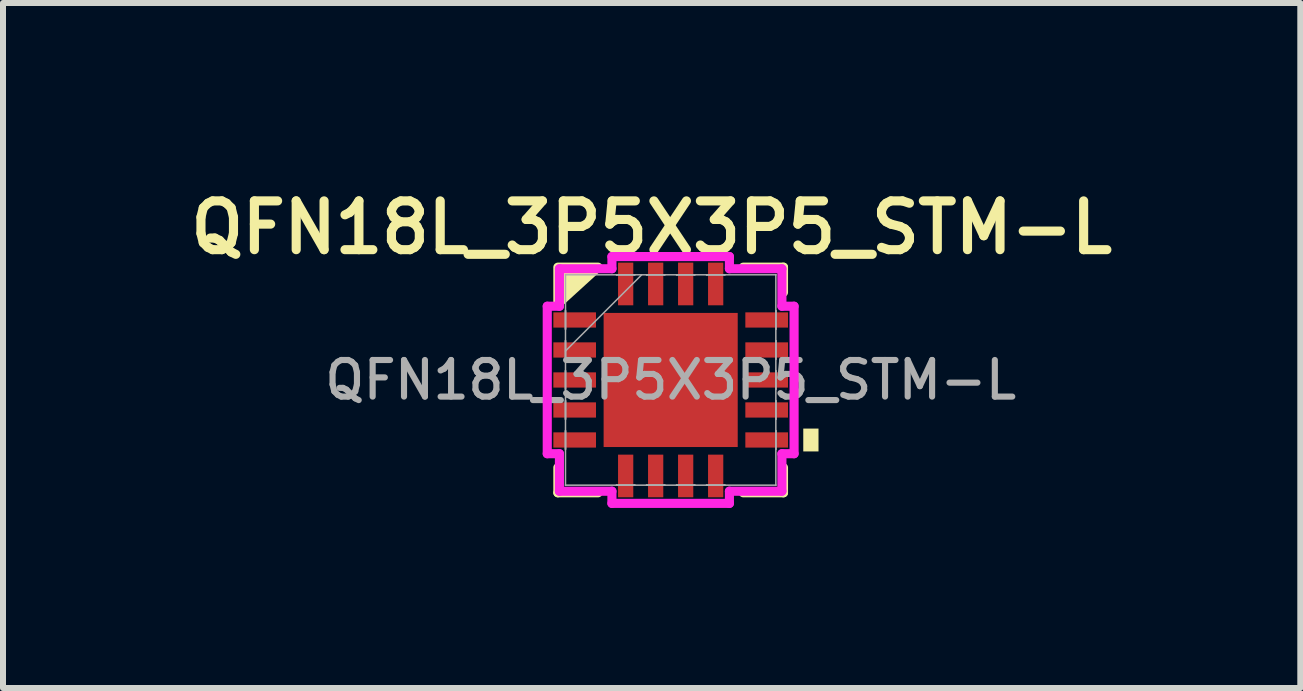
<source format=kicad_pcb>
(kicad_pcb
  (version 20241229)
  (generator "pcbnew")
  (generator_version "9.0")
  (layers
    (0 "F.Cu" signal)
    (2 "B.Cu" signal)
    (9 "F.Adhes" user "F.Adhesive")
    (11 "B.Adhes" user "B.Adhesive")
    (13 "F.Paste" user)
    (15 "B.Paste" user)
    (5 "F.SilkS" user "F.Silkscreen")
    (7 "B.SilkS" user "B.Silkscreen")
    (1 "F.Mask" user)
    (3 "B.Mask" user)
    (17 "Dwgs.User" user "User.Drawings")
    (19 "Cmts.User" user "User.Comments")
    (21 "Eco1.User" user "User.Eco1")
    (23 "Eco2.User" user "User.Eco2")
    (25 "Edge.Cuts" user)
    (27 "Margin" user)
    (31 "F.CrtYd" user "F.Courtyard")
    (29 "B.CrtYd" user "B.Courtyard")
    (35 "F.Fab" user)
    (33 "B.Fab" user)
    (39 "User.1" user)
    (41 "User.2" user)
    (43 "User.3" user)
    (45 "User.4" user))
  (footprint "QFN18L_3P5X3P5_STM-L"
    (layer "F.Cu")
    (at 8.128 3.283)
    (property "Reference" "QFN18L_3P5X3P5_STM-L" (at -0.318 -2.54 0) (unlocked yes) (layer "F.SilkS") (effects (font (size 0.813 0.813) (thickness 0.152) (bold yes))))
    (attr smd)
    (fp_line (start -1.88 1.46) (end -1.88 1.88) (stroke (width 0.152) (type solid)) (layer "F.SilkS"))
    (fp_line (start -1.88 1.88) (end -1.21 1.88) (stroke (width 0.152) (type solid)) (layer "F.SilkS"))
    (fp_line (start 1.21 1.88) (end 1.88 1.88) (stroke (width 0.152) (type solid)) (layer "F.SilkS"))
    (fp_line (start 1.88 -1.88) (end 1.21 -1.88) (stroke (width 0.152) (type solid)) (layer "F.SilkS"))
    (fp_line (start 1.88 -1.46) (end 1.88 -1.88) (stroke (width 0.152) (type solid)) (layer "F.SilkS"))
    (fp_line (start 1.88 1.88) (end 1.88 1.46) (stroke (width 0.152) (type solid)) (layer "F.SilkS"))
    (fp_poly (pts (xy -1.21 -1.88) (xy -1.88 -1.27) (xy -1.88 -1.88)) (stroke (width 0.152) (type solid)) (fill yes) (layer "F.SilkS"))
    (fp_poly (pts (xy 2.464 0.81) (xy 2.464 1.191) (xy 2.21 1.191) (xy 2.21 0.81)) (stroke (width 0) (type solid)) (fill yes) (layer "F.SilkS"))
    (fp_line (start -2.057 -1.229) (end -1.854 -1.229) (stroke (width 0.152) (type solid)) (layer "F.CrtYd"))
    (fp_line (start -2.057 1.229) (end -2.057 -1.229) (stroke (width 0.152) (type solid)) (layer "F.CrtYd"))
    (fp_line (start -1.854 -1.854) (end -0.979 -1.854) (stroke (width 0.152) (type solid)) (layer "F.CrtYd"))
    (fp_line (start -1.854 -1.229) (end -1.854 -1.854) (stroke (width 0.152) (type solid)) (layer "F.CrtYd"))
    (fp_line (start -1.854 1.229) (end -2.057 1.229) (stroke (width 0.152) (type solid)) (layer "F.CrtYd"))
    (fp_line (start -1.854 1.854) (end -1.854 1.229) (stroke (width 0.152) (type solid)) (layer "F.CrtYd"))
    (fp_line (start -0.979 -2.057) (end 0.979 -2.057) (stroke (width 0.152) (type solid)) (layer "F.CrtYd"))
    (fp_line (start -0.979 -1.854) (end -0.979 -2.057) (stroke (width 0.152) (type solid)) (layer "F.CrtYd"))
    (fp_line (start -0.979 1.854) (end -1.854 1.854) (stroke (width 0.152) (type solid)) (layer "F.CrtYd"))
    (fp_line (start -0.979 2.057) (end -0.979 1.854) (stroke (width 0.152) (type solid)) (layer "F.CrtYd"))
    (fp_line (start 0.979 -2.057) (end 0.979 -1.854) (stroke (width 0.152) (type solid)) (layer "F.CrtYd"))
    (fp_line (start 0.979 -1.854) (end 1.854 -1.854) (stroke (width 0.152) (type solid)) (layer "F.CrtYd"))
    (fp_line (start 0.979 1.854) (end 0.979 2.057) (stroke (width 0.152) (type solid)) (layer "F.CrtYd"))
    (fp_line (start 0.979 2.057) (end -0.979 2.057) (stroke (width 0.152) (type solid)) (layer "F.CrtYd"))
    (fp_line (start 1.854 -1.854) (end 1.854 -1.229) (stroke (width 0.152) (type solid)) (layer "F.CrtYd"))
    (fp_line (start 1.854 -1.229) (end 2.057 -1.229) (stroke (width 0.152) (type solid)) (layer "F.CrtYd"))
    (fp_line (start 1.854 1.229) (end 1.854 1.854) (stroke (width 0.152) (type solid)) (layer "F.CrtYd"))
    (fp_line (start 1.854 1.854) (end 0.979 1.854) (stroke (width 0.152) (type solid)) (layer "F.CrtYd"))
    (fp_line (start 2.057 -1.229) (end 2.057 1.229) (stroke (width 0.152) (type solid)) (layer "F.CrtYd"))
    (fp_line (start 2.057 1.229) (end 1.854 1.229) (stroke (width 0.152) (type solid)) (layer "F.CrtYd"))
    (fp_line (start -1.753 -1.753) (end -1.753 -1.753) (stroke (width 0.025) (type solid)) (layer "F.Fab"))
    (fp_line (start -1.753 -1.753) (end -1.753 1.753) (stroke (width 0.025) (type solid)) (layer "F.Fab"))
    (fp_line (start -1.753 -1.153) (end -1.753 -1.153) (stroke (width 0.025) (type solid)) (layer "F.Fab"))
    (fp_line (start -1.753 -1.153) (end -1.753 -0.848) (stroke (width 0.025) (type solid)) (layer "F.Fab"))
    (fp_line (start -1.753 -0.848) (end -1.753 -1.153) (stroke (width 0.025) (type solid)) (layer "F.Fab"))
    (fp_line (start -1.753 -0.848) (end -1.753 -0.848) (stroke (width 0.025) (type solid)) (layer "F.Fab"))
    (fp_line (start -1.753 -0.653) (end -1.753 -0.653) (stroke (width 0.025) (type solid)) (layer "F.Fab"))
    (fp_line (start -1.753 -0.653) (end -1.753 -0.348) (stroke (width 0.025) (type solid)) (layer "F.Fab"))
    (fp_line (start -1.753 -0.483) (end -0.483 -1.753) (stroke (width 0.025) (type solid)) (layer "F.Fab"))
    (fp_line (start -1.753 -0.348) (end -1.753 -0.653) (stroke (width 0.025) (type solid)) (layer "F.Fab"))
    (fp_line (start -1.753 -0.348) (end -1.753 -0.348) (stroke (width 0.025) (type solid)) (layer "F.Fab"))
    (fp_line (start -1.753 -0.152) (end -1.753 -0.152) (stroke (width 0.025) (type solid)) (layer "F.Fab"))
    (fp_line (start -1.753 -0.152) (end -1.753 0.152) (stroke (width 0.025) (type solid)) (layer "F.Fab"))
    (fp_line (start -1.753 0.152) (end -1.753 -0.152) (stroke (width 0.025) (type solid)) (layer "F.Fab"))
    (fp_line (start -1.753 0.152) (end -1.753 0.152) (stroke (width 0.025) (type solid)) (layer "F.Fab"))
    (fp_line (start -1.753 0.348) (end -1.753 0.348) (stroke (width 0.025) (type solid)) (layer "F.Fab"))
    (fp_line (start -1.753 0.348) (end -1.753 0.653) (stroke (width 0.025) (type solid)) (layer "F.Fab"))
    (fp_line (start -1.753 0.653) (end -1.753 0.348) (stroke (width 0.025) (type solid)) (layer "F.Fab"))
    (fp_line (start -1.753 0.653) (end -1.753 0.653) (stroke (width 0.025) (type solid)) (layer "F.Fab"))
    (fp_line (start -1.753 0.848) (end -1.753 0.848) (stroke (width 0.025) (type solid)) (layer "F.Fab"))
    (fp_line (start -1.753 0.848) (end -1.753 1.153) (stroke (width 0.025) (type solid)) (layer "F.Fab"))
    (fp_line (start -1.753 1.153) (end -1.753 0.848) (stroke (width 0.025) (type solid)) (layer "F.Fab"))
    (fp_line (start -1.753 1.153) (end -1.753 1.153) (stroke (width 0.025) (type solid)) (layer "F.Fab"))
    (fp_line (start -1.753 1.753) (end -1.753 1.753) (stroke (width 0.025) (type solid)) (layer "F.Fab"))
    (fp_line (start -1.753 1.753) (end 1.753 1.753) (stroke (width 0.025) (type solid)) (layer "F.Fab"))
    (fp_line (start -0.903 -1.753) (end -0.903 -1.753) (stroke (width 0.025) (type solid)) (layer "F.Fab"))
    (fp_line (start -0.903 -1.753) (end -0.598 -1.753) (stroke (width 0.025) (type solid)) (layer "F.Fab"))
    (fp_line (start -0.903 1.753) (end -0.903 1.753) (stroke (width 0.025) (type solid)) (layer "F.Fab"))
    (fp_line (start -0.903 1.753) (end -0.598 1.753) (stroke (width 0.025) (type solid)) (layer "F.Fab"))
    (fp_line (start -0.598 -1.753) (end -0.903 -1.753) (stroke (width 0.025) (type solid)) (layer "F.Fab"))
    (fp_line (start -0.598 -1.753) (end -0.598 -1.753) (stroke (width 0.025) (type solid)) (layer "F.Fab"))
    (fp_line (start -0.598 1.753) (end -0.903 1.753) (stroke (width 0.025) (type solid)) (layer "F.Fab"))
    (fp_line (start -0.598 1.753) (end -0.598 1.753) (stroke (width 0.025) (type solid)) (layer "F.Fab"))
    (fp_line (start -0.402 -1.753) (end -0.402 -1.753) (stroke (width 0.025) (type solid)) (layer "F.Fab"))
    (fp_line (start -0.402 -1.753) (end -0.098 -1.753) (stroke (width 0.025) (type solid)) (layer "F.Fab"))
    (fp_line (start -0.402 1.753) (end -0.402 1.753) (stroke (width 0.025) (type solid)) (layer "F.Fab"))
    (fp_line (start -0.402 1.753) (end -0.098 1.753) (stroke (width 0.025) (type solid)) (layer "F.Fab"))
    (fp_line (start -0.098 -1.753) (end -0.402 -1.753) (stroke (width 0.025) (type solid)) (layer "F.Fab"))
    (fp_line (start -0.098 -1.753) (end -0.098 -1.753) (stroke (width 0.025) (type solid)) (layer "F.Fab"))
    (fp_line (start -0.098 1.753) (end -0.402 1.753) (stroke (width 0.025) (type solid)) (layer "F.Fab"))
    (fp_line (start -0.098 1.753) (end -0.098 1.753) (stroke (width 0.025) (type solid)) (layer "F.Fab"))
    (fp_line (start 0.098 -1.753) (end 0.098 -1.753) (stroke (width 0.025) (type solid)) (layer "F.Fab"))
    (fp_line (start 0.098 -1.753) (end 0.402 -1.753) (stroke (width 0.025) (type solid)) (layer "F.Fab"))
    (fp_line (start 0.098 1.753) (end 0.098 1.753) (stroke (width 0.025) (type solid)) (layer "F.Fab"))
    (fp_line (start 0.098 1.753) (end 0.402 1.753) (stroke (width 0.025) (type solid)) (layer "F.Fab"))
    (fp_line (start 0.402 -1.753) (end 0.098 -1.753) (stroke (width 0.025) (type solid)) (layer "F.Fab"))
    (fp_line (start 0.402 -1.753) (end 0.402 -1.753) (stroke (width 0.025) (type solid)) (layer "F.Fab"))
    (fp_line (start 0.402 1.753) (end 0.098 1.753) (stroke (width 0.025) (type solid)) (layer "F.Fab"))
    (fp_line (start 0.402 1.753) (end 0.402 1.753) (stroke (width 0.025) (type solid)) (layer "F.Fab"))
    (fp_line (start 0.598 -1.753) (end 0.598 -1.753) (stroke (width 0.025) (type solid)) (layer "F.Fab"))
    (fp_line (start 0.598 -1.753) (end 0.903 -1.753) (stroke (width 0.025) (type solid)) (layer "F.Fab"))
    (fp_line (start 0.598 1.753) (end 0.598 1.753) (stroke (width 0.025) (type solid)) (layer "F.Fab"))
    (fp_line (start 0.598 1.753) (end 0.903 1.753) (stroke (width 0.025) (type solid)) (layer "F.Fab"))
    (fp_line (start 0.903 -1.753) (end 0.598 -1.753) (stroke (width 0.025) (type solid)) (layer "F.Fab"))
    (fp_line (start 0.903 -1.753) (end 0.903 -1.753) (stroke (width 0.025) (type solid)) (layer "F.Fab"))
    (fp_line (start 0.903 1.753) (end 0.598 1.753) (stroke (width 0.025) (type solid)) (layer "F.Fab"))
    (fp_line (start 0.903 1.753) (end 0.903 1.753) (stroke (width 0.025) (type solid)) (layer "F.Fab"))
    (fp_line (start 1.753 -1.753) (end -1.753 -1.753) (stroke (width 0.025) (type solid)) (layer "F.Fab"))
    (fp_line (start 1.753 -1.753) (end 1.753 -1.753) (stroke (width 0.025) (type solid)) (layer "F.Fab"))
    (fp_line (start 1.753 -1.153) (end 1.753 -1.153) (stroke (width 0.025) (type solid)) (layer "F.Fab"))
    (fp_line (start 1.753 -1.153) (end 1.753 -0.848) (stroke (width 0.025) (type solid)) (layer "F.Fab"))
    (fp_line (start 1.753 -0.848) (end 1.753 -1.153) (stroke (width 0.025) (type solid)) (layer "F.Fab"))
    (fp_line (start 1.753 -0.848) (end 1.753 -0.848) (stroke (width 0.025) (type solid)) (layer "F.Fab"))
    (fp_line (start 1.753 -0.653) (end 1.753 -0.653) (stroke (width 0.025) (type solid)) (layer "F.Fab"))
    (fp_line (start 1.753 -0.653) (end 1.753 -0.348) (stroke (width 0.025) (type solid)) (layer "F.Fab"))
    (fp_line (start 1.753 -0.348) (end 1.753 -0.653) (stroke (width 0.025) (type solid)) (layer "F.Fab"))
    (fp_line (start 1.753 -0.348) (end 1.753 -0.348) (stroke (width 0.025) (type solid)) (layer "F.Fab"))
    (fp_line (start 1.753 -0.152) (end 1.753 -0.152) (stroke (width 0.025) (type solid)) (layer "F.Fab"))
    (fp_line (start 1.753 -0.152) (end 1.753 0.152) (stroke (width 0.025) (type solid)) (layer "F.Fab"))
    (fp_line (start 1.753 0.152) (end 1.753 -0.152) (stroke (width 0.025) (type solid)) (layer "F.Fab"))
    (fp_line (start 1.753 0.152) (end 1.753 0.152) (stroke (width 0.025) (type solid)) (layer "F.Fab"))
    (fp_line (start 1.753 0.348) (end 1.753 0.348) (stroke (width 0.025) (type solid)) (layer "F.Fab"))
    (fp_line (start 1.753 0.348) (end 1.753 0.653) (stroke (width 0.025) (type solid)) (layer "F.Fab"))
    (fp_line (start 1.753 0.653) (end 1.753 0.348) (stroke (width 0.025) (type solid)) (layer "F.Fab"))
    (fp_line (start 1.753 0.653) (end 1.753 0.653) (stroke (width 0.025) (type solid)) (layer "F.Fab"))
    (fp_line (start 1.753 0.848) (end 1.753 0.848) (stroke (width 0.025) (type solid)) (layer "F.Fab"))
    (fp_line (start 1.753 0.848) (end 1.753 1.153) (stroke (width 0.025) (type solid)) (layer "F.Fab"))
    (fp_line (start 1.753 1.153) (end 1.753 0.848) (stroke (width 0.025) (type solid)) (layer "F.Fab"))
    (fp_line (start 1.753 1.153) (end 1.753 1.153) (stroke (width 0.025) (type solid)) (layer "F.Fab"))
    (fp_line (start 1.753 1.753) (end 1.753 -1.753) (stroke (width 0.025) (type solid)) (layer "F.Fab"))
    (fp_line (start 1.753 1.753) (end 1.753 1.753) (stroke (width 0.025) (type solid)) (layer "F.Fab"))
    (fp_text user "${REFERENCE}" (at 0 0 0) (unlocked yes) (layer "F.Fab") (effects (font (size 0.61 0.61) (thickness 0.102) (bold yes))))
    (pad "1" smd rect (at -1.6 -1 90) (size 0.254 0.711) (layers "F.Cu" "F.Mask" "F.Paste"))
    (pad "2" smd rect (at -1.6 -0.5 90) (size 0.254 0.711) (layers "F.Cu" "F.Mask" "F.Paste"))
    (pad "3" smd rect (at -1.6 0 90) (size 0.254 0.711) (layers "F.Cu" "F.Mask" "F.Paste"))
    (pad "4" smd rect (at -1.6 0.5 90) (size 0.254 0.711) (layers "F.Cu" "F.Mask" "F.Paste"))
    (pad "5" smd rect (at -1.6 1 90) (size 0.254 0.711) (layers "F.Cu" "F.Mask" "F.Paste"))
    (pad "6" smd rect (at -0.75 1.6) (size 0.254 0.711) (layers "F.Cu" "F.Mask" "F.Paste"))
    (pad "7" smd rect (at -0.25 1.6) (size 0.254 0.711) (layers "F.Cu" "F.Mask" "F.Paste"))
    (pad "8" smd rect (at 0.25 1.6) (size 0.254 0.711) (layers "F.Cu" "F.Mask" "F.Paste"))
    (pad "9" smd rect (at 0.75 1.6) (size 0.254 0.711) (layers "F.Cu" "F.Mask" "F.Paste"))
    (pad "10" smd rect (at 1.6 1 90) (size 0.254 0.711) (layers "F.Cu" "F.Mask" "F.Paste"))
    (pad "11" smd rect (at 1.6 0.5 90) (size 0.254 0.711) (layers "F.Cu" "F.Mask" "F.Paste"))
    (pad "12" smd rect (at 1.6 0 90) (size 0.254 0.711) (layers "F.Cu" "F.Mask" "F.Paste"))
    (pad "13" smd rect (at 1.6 -0.5 90) (size 0.254 0.711) (layers "F.Cu" "F.Mask" "F.Paste"))
    (pad "14" smd rect (at 1.6 -1 90) (size 0.254 0.711) (layers "F.Cu" "F.Mask" "F.Paste"))
    (pad "15" smd rect (at 0.75 -1.6) (size 0.254 0.711) (layers "F.Cu" "F.Mask" "F.Paste"))
    (pad "16" smd rect (at 0.25 -1.6) (size 0.254 0.711) (layers "F.Cu" "F.Mask" "F.Paste"))
    (pad "17" smd rect (at -0.25 -1.6) (size 0.254 0.711) (layers "F.Cu" "F.Mask" "F.Paste"))
    (pad "18" smd rect (at -0.75 -1.6) (size 0.254 0.711) (layers "F.Cu" "F.Mask" "F.Paste"))
    (pad "19" smd rect (at 0 0) (size 2.235 2.235) (layers "F.Cu" "F.Mask" "F.Paste")))
  (gr_rect
    (start -3 -3)
    (end 18.622 8.417)
    (stroke (width 0.1) (type default))
    (fill no)
    (layer "Edge.Cuts")))
</source>
